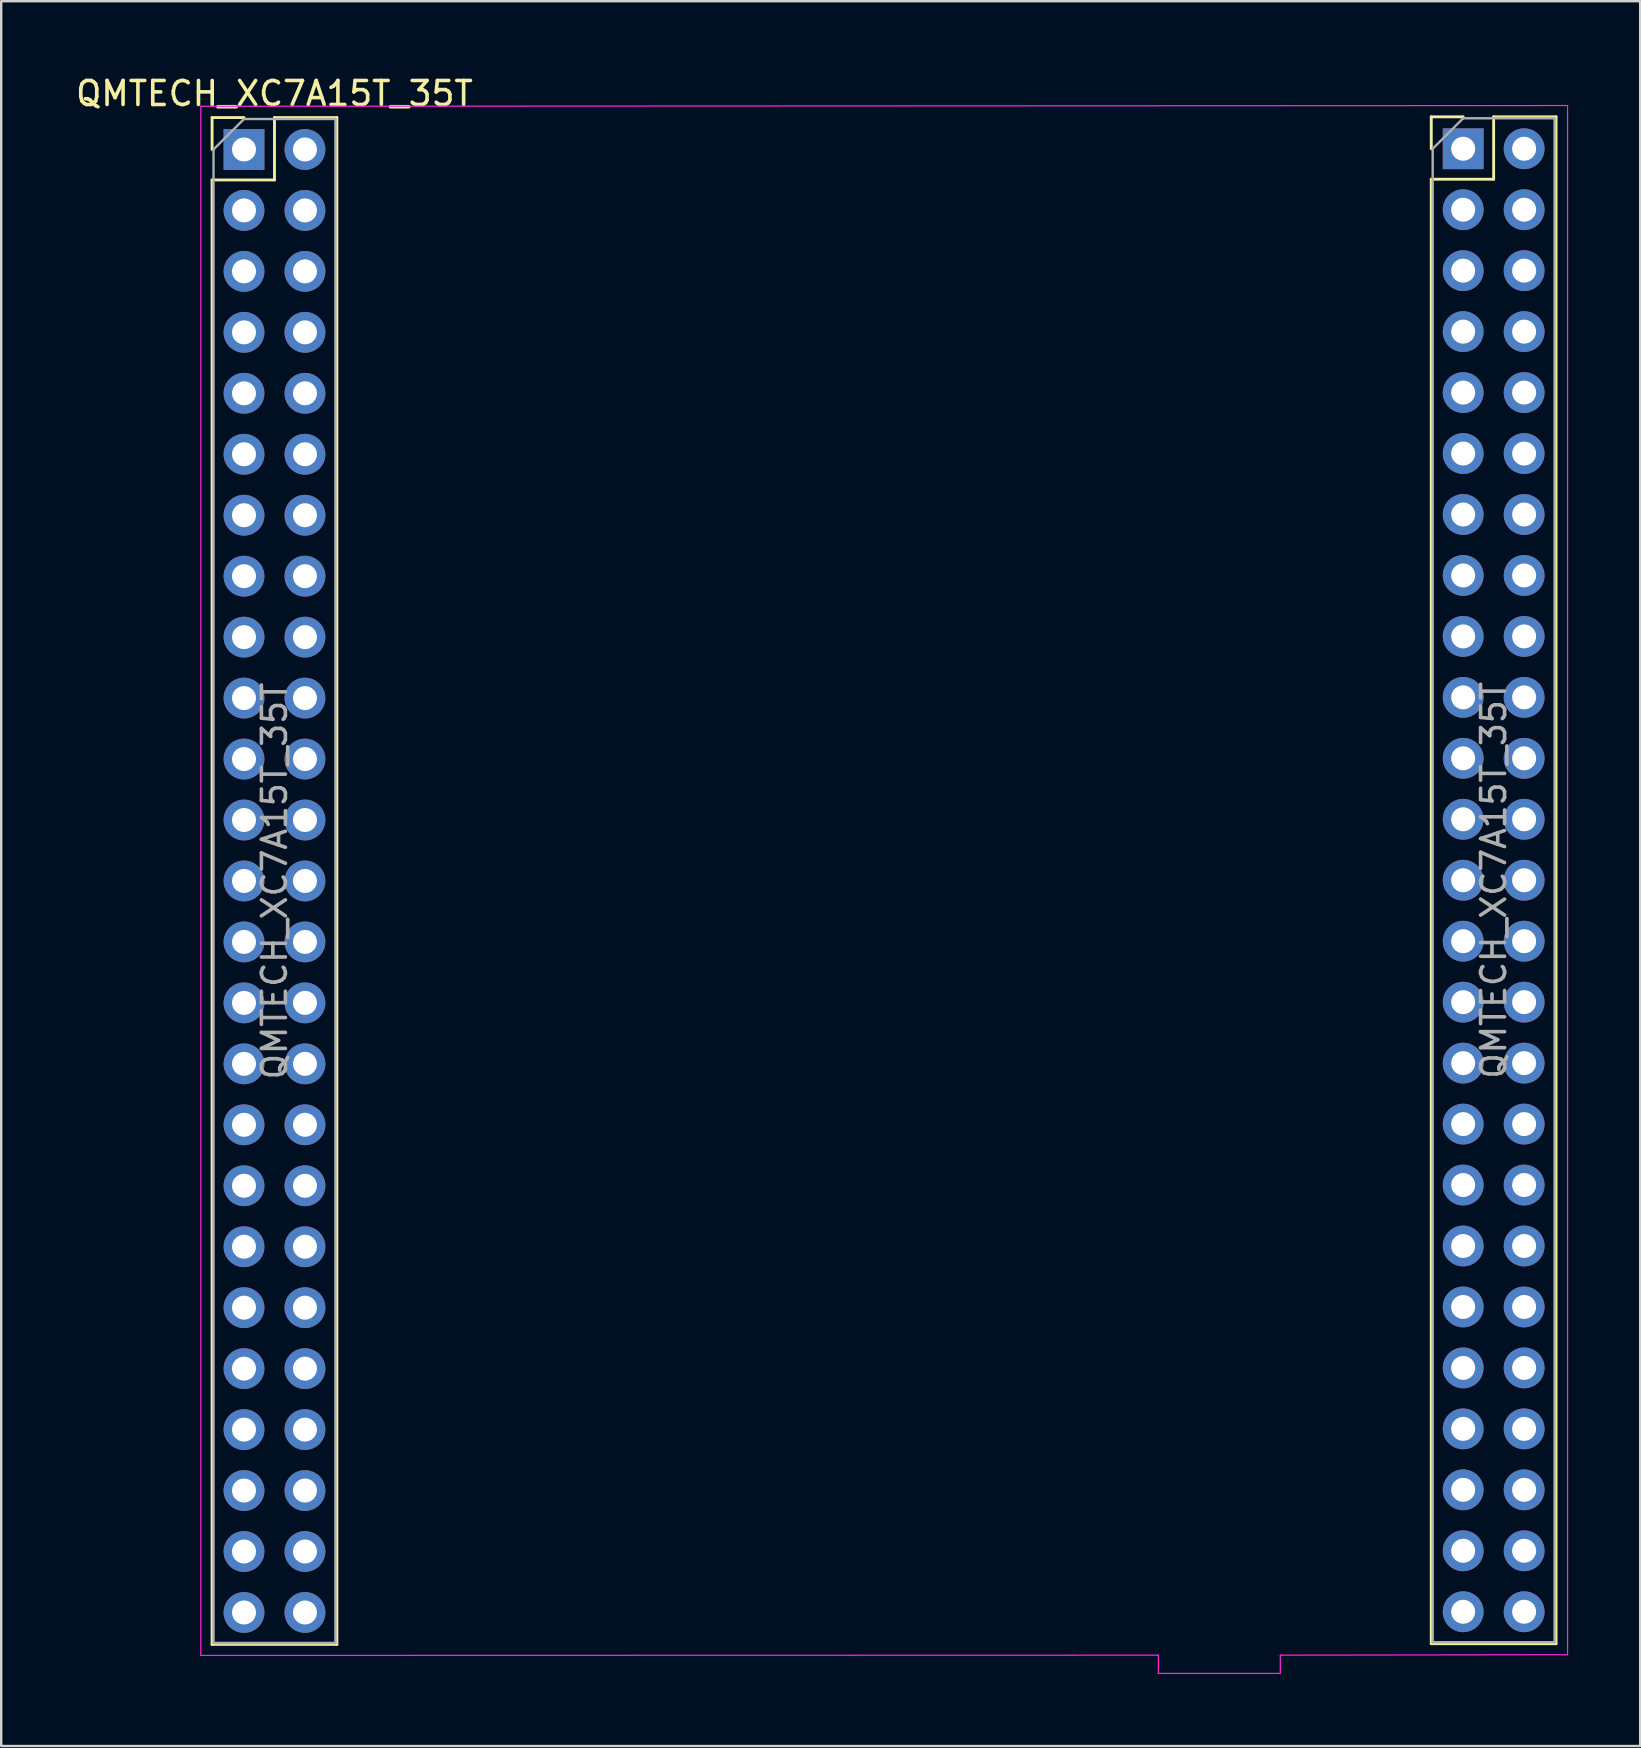
<source format=kicad_pcb>
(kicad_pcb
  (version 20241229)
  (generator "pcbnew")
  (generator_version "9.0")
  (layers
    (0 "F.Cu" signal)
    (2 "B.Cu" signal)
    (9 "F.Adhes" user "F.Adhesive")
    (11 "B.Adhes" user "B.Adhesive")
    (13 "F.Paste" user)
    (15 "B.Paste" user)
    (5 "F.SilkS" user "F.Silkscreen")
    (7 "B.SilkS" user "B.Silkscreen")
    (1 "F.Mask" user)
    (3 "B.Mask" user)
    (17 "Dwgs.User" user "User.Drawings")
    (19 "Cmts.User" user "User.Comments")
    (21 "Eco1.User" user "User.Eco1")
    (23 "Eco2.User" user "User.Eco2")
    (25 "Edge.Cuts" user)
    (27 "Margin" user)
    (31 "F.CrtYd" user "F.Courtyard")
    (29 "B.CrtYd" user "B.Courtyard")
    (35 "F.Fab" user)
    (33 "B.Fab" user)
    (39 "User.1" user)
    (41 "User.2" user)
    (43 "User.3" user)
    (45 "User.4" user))
  (footprint "QMTECH_XC7A15T_35T"
    (layer "F.Cu")
    (at 7.117 3.178)
    (property "Reference" "QMTECH_XC7A15T_35T" (at 1.27 -2.33 0) (layer "F.SilkS") (effects (font (size 1 1) (thickness 0.15))))
    (attr through_hole)
    (fp_line (start -1.33 -1.33) (end 0 -1.33) (stroke (width 0.12) (type solid)) (layer "F.SilkS"))
    (fp_line (start -1.33 0) (end -1.33 -1.33) (stroke (width 0.12) (type solid)) (layer "F.SilkS"))
    (fp_line (start -1.33 1.27) (end -1.33 62.29) (stroke (width 0.12) (type solid)) (layer "F.SilkS"))
    (fp_line (start -1.33 1.27) (end 1.27 1.27) (stroke (width 0.12) (type solid)) (layer "F.SilkS"))
    (fp_line (start -1.33 62.29) (end 3.87 62.29) (stroke (width 0.12) (type solid)) (layer "F.SilkS"))
    (fp_line (start 1.27 -1.33) (end 3.87 -1.33) (stroke (width 0.12) (type solid)) (layer "F.SilkS"))
    (fp_line (start 1.27 1.27) (end 1.27 -1.33) (stroke (width 0.12) (type solid)) (layer "F.SilkS"))
    (fp_line (start 3.87 -1.33) (end 3.87 62.29) (stroke (width 0.12) (type solid)) (layer "F.SilkS"))
    (fp_line (start 49.47 -1.36) (end 50.8 -1.36) (stroke (width 0.12) (type solid)) (layer "F.SilkS"))
    (fp_line (start 49.47 -0.03) (end 49.47 -1.36) (stroke (width 0.12) (type solid)) (layer "F.SilkS"))
    (fp_line (start 49.47 1.24) (end 49.47 62.26) (stroke (width 0.12) (type solid)) (layer "F.SilkS"))
    (fp_line (start 49.47 1.24) (end 52.07 1.24) (stroke (width 0.12) (type solid)) (layer "F.SilkS"))
    (fp_line (start 49.47 62.26) (end 54.67 62.26) (stroke (width 0.12) (type solid)) (layer "F.SilkS"))
    (fp_line (start 52.07 -1.36) (end 54.67 -1.36) (stroke (width 0.12) (type solid)) (layer "F.SilkS"))
    (fp_line (start 52.07 1.24) (end 52.07 -1.36) (stroke (width 0.12) (type solid)) (layer "F.SilkS"))
    (fp_line (start 54.67 -1.36) (end 54.67 62.26) (stroke (width 0.12) (type solid)) (layer "F.SilkS"))
    (fp_line (start -1.8 -1.8) (end -1.8 62.75) (stroke (width 0.05) (type solid)) (layer "F.CrtYd"))
    (fp_line (start -1.8 62.75) (end 38.1 62.738) (stroke (width 0.05) (type solid)) (layer "F.CrtYd"))
    (fp_line (start 38.1 63.5) (end 38.1 62.738) (stroke (width 0.05) (type solid)) (layer "F.CrtYd"))
    (fp_line (start 38.1 63.5) (end 43.18 63.5) (stroke (width 0.05) (type solid)) (layer "F.CrtYd"))
    (fp_line (start 43.18 62.738) (end 55.15 62.72) (stroke (width 0.05) (type solid)) (layer "F.CrtYd"))
    (fp_line (start 43.18 63.5) (end 43.18 62.738) (stroke (width 0.05) (type solid)) (layer "F.CrtYd"))
    (fp_line (start 55.15 -1.83) (end -1.8 -1.8) (stroke (width 0.05) (type solid)) (layer "F.CrtYd"))
    (fp_line (start 55.15 62.72) (end 55.15 -1.83) (stroke (width 0.05) (type solid)) (layer "F.CrtYd"))
    (fp_line (start -1.27 0) (end 0 -1.27) (stroke (width 0.1) (type solid)) (layer "F.Fab"))
    (fp_line (start -1.27 62.23) (end -1.27 0) (stroke (width 0.1) (type solid)) (layer "F.Fab"))
    (fp_line (start 0 -1.27) (end 3.81 -1.27) (stroke (width 0.1) (type solid)) (layer "F.Fab"))
    (fp_line (start 3.81 -1.27) (end 3.81 62.23) (stroke (width 0.1) (type solid)) (layer "F.Fab"))
    (fp_line (start 3.81 62.23) (end -1.27 62.23) (stroke (width 0.1) (type solid)) (layer "F.Fab"))
    (fp_line (start 49.53 -0.03) (end 50.8 -1.3) (stroke (width 0.1) (type solid)) (layer "F.Fab"))
    (fp_line (start 49.53 62.2) (end 49.53 -0.03) (stroke (width 0.1) (type solid)) (layer "F.Fab"))
    (fp_line (start 50.8 -1.3) (end 54.61 -1.3) (stroke (width 0.1) (type solid)) (layer "F.Fab"))
    (fp_line (start 54.61 -1.3) (end 54.61 62.2) (stroke (width 0.1) (type solid)) (layer "F.Fab"))
    (fp_line (start 54.61 62.2) (end 49.53 62.2) (stroke (width 0.1) (type solid)) (layer "F.Fab"))
    (fp_text user "${REFERENCE}" (at 52.07 30.45 90) (layer "F.Fab") (effects (font (size 1 1) (thickness 0.15))))
    (fp_text user "${REFERENCE}" (at 1.27 30.48 90) (layer "F.Fab") (effects (font (size 1 1) (thickness 0.15))))
    (pad "1" thru_hole rect (at 0 0) (size 1.7 1.7) (drill 1) (layers "*.Cu" "*.Mask"))
    (pad "2" thru_hole oval (at 2.54 0) (size 1.7 1.7) (drill 1) (layers "*.Cu" "*.Mask"))
    (pad "3" thru_hole oval (at 0 2.54) (size 1.7 1.7) (drill 1) (layers "*.Cu" "*.Mask"))
    (pad "4" thru_hole oval (at 2.54 2.54) (size 1.7 1.7) (drill 1) (layers "*.Cu" "*.Mask"))
    (pad "5" thru_hole oval (at 0 5.08) (size 1.7 1.7) (drill 1) (layers "*.Cu" "*.Mask"))
    (pad "6" thru_hole oval (at 2.54 5.08) (size 1.7 1.7) (drill 1) (layers "*.Cu" "*.Mask"))
    (pad "7" thru_hole oval (at 0 7.62) (size 1.7 1.7) (drill 1) (layers "*.Cu" "*.Mask"))
    (pad "8" thru_hole oval (at 2.54 7.62) (size 1.7 1.7) (drill 1) (layers "*.Cu" "*.Mask"))
    (pad "9" thru_hole oval (at 0 10.16) (size 1.7 1.7) (drill 1) (layers "*.Cu" "*.Mask"))
    (pad "10" thru_hole oval (at 2.54 10.16) (size 1.7 1.7) (drill 1) (layers "*.Cu" "*.Mask"))
    (pad "11" thru_hole oval (at 0 12.7) (size 1.7 1.7) (drill 1) (layers "*.Cu" "*.Mask"))
    (pad "12" thru_hole oval (at 2.54 12.7) (size 1.7 1.7) (drill 1) (layers "*.Cu" "*.Mask"))
    (pad "13" thru_hole oval (at 0 15.24) (size 1.7 1.7) (drill 1) (layers "*.Cu" "*.Mask"))
    (pad "14" thru_hole oval (at 2.54 15.24) (size 1.7 1.7) (drill 1) (layers "*.Cu" "*.Mask"))
    (pad "15" thru_hole oval (at 0 17.78) (size 1.7 1.7) (drill 1) (layers "*.Cu" "*.Mask"))
    (pad "16" thru_hole oval (at 2.54 17.78) (size 1.7 1.7) (drill 1) (layers "*.Cu" "*.Mask"))
    (pad "17" thru_hole oval (at 0 20.32) (size 1.7 1.7) (drill 1) (layers "*.Cu" "*.Mask"))
    (pad "18" thru_hole oval (at 2.54 20.32) (size 1.7 1.7) (drill 1) (layers "*.Cu" "*.Mask"))
    (pad "19" thru_hole oval (at 0 22.86) (size 1.7 1.7) (drill 1) (layers "*.Cu" "*.Mask"))
    (pad "20" thru_hole oval (at 2.54 22.86) (size 1.7 1.7) (drill 1) (layers "*.Cu" "*.Mask"))
    (pad "21" thru_hole oval (at 0 25.4) (size 1.7 1.7) (drill 1) (layers "*.Cu" "*.Mask"))
    (pad "22" thru_hole oval (at 2.54 25.4) (size 1.7 1.7) (drill 1) (layers "*.Cu" "*.Mask"))
    (pad "23" thru_hole oval (at 0 27.94) (size 1.7 1.7) (drill 1) (layers "*.Cu" "*.Mask"))
    (pad "24" thru_hole oval (at 2.54 27.94) (size 1.7 1.7) (drill 1) (layers "*.Cu" "*.Mask"))
    (pad "25" thru_hole oval (at 0 30.48) (size 1.7 1.7) (drill 1) (layers "*.Cu" "*.Mask"))
    (pad "26" thru_hole oval (at 2.54 30.48) (size 1.7 1.7) (drill 1) (layers "*.Cu" "*.Mask"))
    (pad "27" thru_hole oval (at 0 33.02) (size 1.7 1.7) (drill 1) (layers "*.Cu" "*.Mask"))
    (pad "28" thru_hole oval (at 2.54 33.02) (size 1.7 1.7) (drill 1) (layers "*.Cu" "*.Mask"))
    (pad "29" thru_hole oval (at 0 35.56) (size 1.7 1.7) (drill 1) (layers "*.Cu" "*.Mask"))
    (pad "30" thru_hole oval (at 2.54 35.56) (size 1.7 1.7) (drill 1) (layers "*.Cu" "*.Mask"))
    (pad "31" thru_hole oval (at 0 38.1) (size 1.7 1.7) (drill 1) (layers "*.Cu" "*.Mask"))
    (pad "32" thru_hole oval (at 2.54 38.1) (size 1.7 1.7) (drill 1) (layers "*.Cu" "*.Mask"))
    (pad "33" thru_hole oval (at 0 40.64) (size 1.7 1.7) (drill 1) (layers "*.Cu" "*.Mask"))
    (pad "34" thru_hole oval (at 2.54 40.64) (size 1.7 1.7) (drill 1) (layers "*.Cu" "*.Mask"))
    (pad "35" thru_hole oval (at 0 43.18) (size 1.7 1.7) (drill 1) (layers "*.Cu" "*.Mask"))
    (pad "36" thru_hole oval (at 2.54 43.18) (size 1.7 1.7) (drill 1) (layers "*.Cu" "*.Mask"))
    (pad "37" thru_hole oval (at 0 45.72) (size 1.7 1.7) (drill 1) (layers "*.Cu" "*.Mask"))
    (pad "38" thru_hole oval (at 2.54 45.72) (size 1.7 1.7) (drill 1) (layers "*.Cu" "*.Mask"))
    (pad "39" thru_hole oval (at 0 48.26) (size 1.7 1.7) (drill 1) (layers "*.Cu" "*.Mask"))
    (pad "40" thru_hole oval (at 2.54 48.26) (size 1.7 1.7) (drill 1) (layers "*.Cu" "*.Mask"))
    (pad "41" thru_hole oval (at 0 50.8) (size 1.7 1.7) (drill 1) (layers "*.Cu" "*.Mask"))
    (pad "42" thru_hole oval (at 2.54 50.8) (size 1.7 1.7) (drill 1) (layers "*.Cu" "*.Mask"))
    (pad "43" thru_hole oval (at 0 53.34) (size 1.7 1.7) (drill 1) (layers "*.Cu" "*.Mask"))
    (pad "44" thru_hole oval (at 2.54 53.34) (size 1.7 1.7) (drill 1) (layers "*.Cu" "*.Mask"))
    (pad "45" thru_hole oval (at 0 55.88) (size 1.7 1.7) (drill 1) (layers "*.Cu" "*.Mask"))
    (pad "46" thru_hole oval (at 2.54 55.88) (size 1.7 1.7) (drill 1) (layers "*.Cu" "*.Mask"))
    (pad "47" thru_hole oval (at 0 58.42) (size 1.7 1.7) (drill 1) (layers "*.Cu" "*.Mask"))
    (pad "48" thru_hole oval (at 2.54 58.42) (size 1.7 1.7) (drill 1) (layers "*.Cu" "*.Mask"))
    (pad "49" thru_hole oval (at 0 60.96) (size 1.7 1.7) (drill 1) (layers "*.Cu" "*.Mask"))
    (pad "50" thru_hole oval (at 2.54 60.96) (size 1.7 1.7) (drill 1) (layers "*.Cu" "*.Mask"))
    (pad "51" thru_hole rect (at 50.8 -0.03) (size 1.7 1.7) (drill 1) (layers "*.Cu" "*.Mask"))
    (pad "52" thru_hole oval (at 53.34 -0.03) (size 1.7 1.7) (drill 1) (layers "*.Cu" "*.Mask"))
    (pad "53" thru_hole oval (at 50.8 2.51) (size 1.7 1.7) (drill 1) (layers "*.Cu" "*.Mask"))
    (pad "54" thru_hole oval (at 53.34 2.51) (size 1.7 1.7) (drill 1) (layers "*.Cu" "*.Mask"))
    (pad "55" thru_hole oval (at 50.8 5.05) (size 1.7 1.7) (drill 1) (layers "*.Cu" "*.Mask"))
    (pad "56" thru_hole oval (at 53.34 5.05) (size 1.7 1.7) (drill 1) (layers "*.Cu" "*.Mask"))
    (pad "57" thru_hole oval (at 50.8 7.59) (size 1.7 1.7) (drill 1) (layers "*.Cu" "*.Mask"))
    (pad "58" thru_hole oval (at 53.34 7.59) (size 1.7 1.7) (drill 1) (layers "*.Cu" "*.Mask"))
    (pad "59" thru_hole oval (at 50.8 10.13) (size 1.7 1.7) (drill 1) (layers "*.Cu" "*.Mask"))
    (pad "60" thru_hole oval (at 53.34 10.13) (size 1.7 1.7) (drill 1) (layers "*.Cu" "*.Mask"))
    (pad "61" thru_hole oval (at 50.8 12.67) (size 1.7 1.7) (drill 1) (layers "*.Cu" "*.Mask"))
    (pad "62" thru_hole oval (at 53.34 12.67) (size 1.7 1.7) (drill 1) (layers "*.Cu" "*.Mask"))
    (pad "63" thru_hole oval (at 50.8 15.21) (size 1.7 1.7) (drill 1) (layers "*.Cu" "*.Mask"))
    (pad "64" thru_hole oval (at 53.34 15.21) (size 1.7 1.7) (drill 1) (layers "*.Cu" "*.Mask"))
    (pad "65" thru_hole oval (at 50.8 17.75) (size 1.7 1.7) (drill 1) (layers "*.Cu" "*.Mask"))
    (pad "66" thru_hole oval (at 53.34 17.75) (size 1.7 1.7) (drill 1) (layers "*.Cu" "*.Mask"))
    (pad "67" thru_hole oval (at 50.8 20.29) (size 1.7 1.7) (drill 1) (layers "*.Cu" "*.Mask"))
    (pad "68" thru_hole oval (at 53.34 20.29) (size 1.7 1.7) (drill 1) (layers "*.Cu" "*.Mask"))
    (pad "69" thru_hole oval (at 50.8 22.83) (size 1.7 1.7) (drill 1) (layers "*.Cu" "*.Mask"))
    (pad "70" thru_hole oval (at 53.34 22.83) (size 1.7 1.7) (drill 1) (layers "*.Cu" "*.Mask"))
    (pad "71" thru_hole oval (at 50.8 25.37) (size 1.7 1.7) (drill 1) (layers "*.Cu" "*.Mask"))
    (pad "72" thru_hole oval (at 53.34 25.37) (size 1.7 1.7) (drill 1) (layers "*.Cu" "*.Mask"))
    (pad "73" thru_hole oval (at 50.8 27.91) (size 1.7 1.7) (drill 1) (layers "*.Cu" "*.Mask"))
    (pad "74" thru_hole oval (at 53.34 27.91) (size 1.7 1.7) (drill 1) (layers "*.Cu" "*.Mask"))
    (pad "75" thru_hole oval (at 50.8 30.45) (size 1.7 1.7) (drill 1) (layers "*.Cu" "*.Mask"))
    (pad "76" thru_hole oval (at 53.34 30.45) (size 1.7 1.7) (drill 1) (layers "*.Cu" "*.Mask"))
    (pad "77" thru_hole oval (at 50.8 32.99) (size 1.7 1.7) (drill 1) (layers "*.Cu" "*.Mask"))
    (pad "78" thru_hole oval (at 53.34 32.99) (size 1.7 1.7) (drill 1) (layers "*.Cu" "*.Mask"))
    (pad "79" thru_hole oval (at 50.8 35.53) (size 1.7 1.7) (drill 1) (layers "*.Cu" "*.Mask"))
    (pad "80" thru_hole oval (at 53.34 35.53) (size 1.7 1.7) (drill 1) (layers "*.Cu" "*.Mask"))
    (pad "81" thru_hole oval (at 50.8 38.07) (size 1.7 1.7) (drill 1) (layers "*.Cu" "*.Mask"))
    (pad "82" thru_hole oval (at 53.34 38.07) (size 1.7 1.7) (drill 1) (layers "*.Cu" "*.Mask"))
    (pad "83" thru_hole oval (at 50.8 40.61) (size 1.7 1.7) (drill 1) (layers "*.Cu" "*.Mask"))
    (pad "84" thru_hole oval (at 53.34 40.61) (size 1.7 1.7) (drill 1) (layers "*.Cu" "*.Mask"))
    (pad "85" thru_hole oval (at 50.8 43.15) (size 1.7 1.7) (drill 1) (layers "*.Cu" "*.Mask"))
    (pad "86" thru_hole oval (at 53.34 43.15) (size 1.7 1.7) (drill 1) (layers "*.Cu" "*.Mask"))
    (pad "87" thru_hole oval (at 50.8 45.69) (size 1.7 1.7) (drill 1) (layers "*.Cu" "*.Mask"))
    (pad "88" thru_hole oval (at 53.34 45.69) (size 1.7 1.7) (drill 1) (layers "*.Cu" "*.Mask"))
    (pad "89" thru_hole oval (at 50.8 48.23) (size 1.7 1.7) (drill 1) (layers "*.Cu" "*.Mask"))
    (pad "90" thru_hole oval (at 53.34 48.23) (size 1.7 1.7) (drill 1) (layers "*.Cu" "*.Mask"))
    (pad "91" thru_hole oval (at 50.8 50.77) (size 1.7 1.7) (drill 1) (layers "*.Cu" "*.Mask"))
    (pad "92" thru_hole oval (at 53.34 50.77) (size 1.7 1.7) (drill 1) (layers "*.Cu" "*.Mask"))
    (pad "93" thru_hole oval (at 50.8 53.31) (size 1.7 1.7) (drill 1) (layers "*.Cu" "*.Mask"))
    (pad "94" thru_hole oval (at 53.34 53.31) (size 1.7 1.7) (drill 1) (layers "*.Cu" "*.Mask"))
    (pad "95" thru_hole oval (at 50.8 55.85) (size 1.7 1.7) (drill 1) (layers "*.Cu" "*.Mask"))
    (pad "96" thru_hole oval (at 53.34 55.85) (size 1.7 1.7) (drill 1) (layers "*.Cu" "*.Mask"))
    (pad "97" thru_hole oval (at 50.8 58.39) (size 1.7 1.7) (drill 1) (layers "*.Cu" "*.Mask"))
    (pad "98" thru_hole oval (at 53.34 58.39) (size 1.7 1.7) (drill 1) (layers "*.Cu" "*.Mask"))
    (pad "99" thru_hole oval (at 50.8 60.93) (size 1.7 1.7) (drill 1) (layers "*.Cu" "*.Mask"))
    (pad "100" thru_hole oval (at 53.34 60.93) (size 1.7 1.7) (drill 1) (layers "*.Cu" "*.Mask")))
  (gr_rect
    (start -3 -3)
    (end 65.292 69.703)
    (stroke (width 0.1) (type default))
    (fill no)
    (layer "Edge.Cuts")))
</source>
